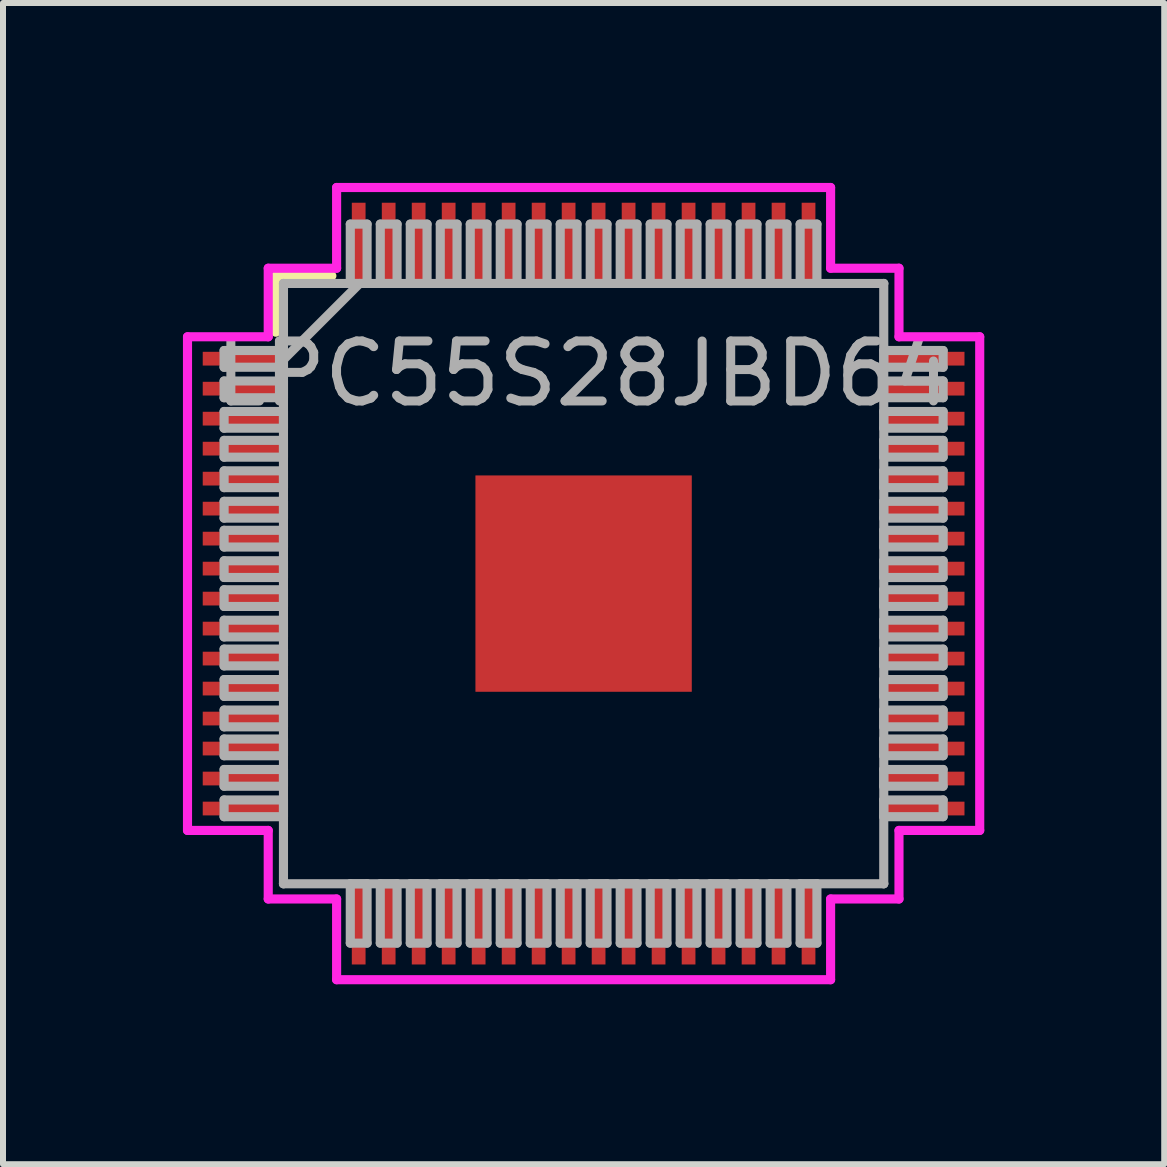
<source format=kicad_pcb>
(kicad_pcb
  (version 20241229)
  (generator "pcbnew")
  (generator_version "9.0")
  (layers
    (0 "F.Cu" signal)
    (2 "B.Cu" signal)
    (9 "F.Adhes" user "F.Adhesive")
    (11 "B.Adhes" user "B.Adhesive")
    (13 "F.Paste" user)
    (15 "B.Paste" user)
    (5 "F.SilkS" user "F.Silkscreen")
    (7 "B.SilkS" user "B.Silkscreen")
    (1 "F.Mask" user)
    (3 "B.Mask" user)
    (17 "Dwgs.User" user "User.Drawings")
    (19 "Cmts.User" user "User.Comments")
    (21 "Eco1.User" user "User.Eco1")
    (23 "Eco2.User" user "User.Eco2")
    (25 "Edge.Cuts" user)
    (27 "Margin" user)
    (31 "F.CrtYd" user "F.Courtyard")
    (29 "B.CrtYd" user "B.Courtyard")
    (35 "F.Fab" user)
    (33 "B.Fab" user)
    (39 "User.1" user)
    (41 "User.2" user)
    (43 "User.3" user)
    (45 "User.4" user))
  (footprint "LPC55S28JBD64"
    (layer "F.Cu")
    (at 6.68 6.68)
    (property "Reference" "LPC55S28JBD64" (at 0 -3.5 0) (layer "F.Fab") (effects (font (size 1 1) (thickness 0.15))))
    (attr smd)
    (fp_line (start -5.131 -5.131) (end -5.131 -4.191) (stroke (width 0.152) (type solid)) (layer "F.SilkS"))
    (fp_line (start -4.197 -5.131) (end -5.131 -5.131) (stroke (width 0.152) (type solid)) (layer "F.SilkS"))
    (fp_line (start -1.703 -1.702) (end -1.703 -0.076) (stroke (width 0.152) (type solid)) (layer "F.Paste"))
    (fp_line (start -1.703 -0.076) (end -0.1 -0.076) (stroke (width 0.152) (type solid)) (layer "F.Paste"))
    (fp_line (start -1.703 0.076) (end -1.703 1.702) (stroke (width 0.152) (type solid)) (layer "F.Paste"))
    (fp_line (start -1.703 1.702) (end -0.1 1.702) (stroke (width 0.152) (type solid)) (layer "F.Paste"))
    (fp_line (start -0.1 -1.702) (end -1.703 -1.702) (stroke (width 0.152) (type solid)) (layer "F.Paste"))
    (fp_line (start -0.1 -0.076) (end -0.1 -1.702) (stroke (width 0.152) (type solid)) (layer "F.Paste"))
    (fp_line (start -0.1 0.076) (end -1.703 0.076) (stroke (width 0.152) (type solid)) (layer "F.Paste"))
    (fp_line (start -0.1 1.702) (end -0.1 0.076) (stroke (width 0.152) (type solid)) (layer "F.Paste"))
    (fp_line (start 0.1 -1.702) (end 0.1 -0.076) (stroke (width 0.152) (type solid)) (layer "F.Paste"))
    (fp_line (start 0.1 -0.076) (end 1.703 -0.076) (stroke (width 0.152) (type solid)) (layer "F.Paste"))
    (fp_line (start 0.1 0.076) (end 0.1 1.702) (stroke (width 0.152) (type solid)) (layer "F.Paste"))
    (fp_line (start 0.1 1.702) (end 1.703 1.702) (stroke (width 0.152) (type solid)) (layer "F.Paste"))
    (fp_line (start 1.703 -1.702) (end 0.1 -1.702) (stroke (width 0.152) (type solid)) (layer "F.Paste"))
    (fp_line (start 1.703 -0.076) (end 1.703 -1.702) (stroke (width 0.152) (type solid)) (layer "F.Paste"))
    (fp_line (start 1.703 0.076) (end 0.1 0.076) (stroke (width 0.152) (type solid)) (layer "F.Paste"))
    (fp_line (start 1.703 1.702) (end 1.703 0.076) (stroke (width 0.152) (type solid)) (layer "F.Paste"))
    (fp_line (start -6.604 -4.115) (end -5.258 -4.115) (stroke (width 0.152) (type solid)) (layer "F.CrtYd"))
    (fp_line (start -6.604 4.115) (end -6.604 -4.115) (stroke (width 0.152) (type solid)) (layer "F.CrtYd"))
    (fp_line (start -5.258 -5.258) (end -4.118 -5.258) (stroke (width 0.152) (type solid)) (layer "F.CrtYd"))
    (fp_line (start -5.258 -4.115) (end -5.258 -5.258) (stroke (width 0.152) (type solid)) (layer "F.CrtYd"))
    (fp_line (start -5.258 4.115) (end -6.604 4.115) (stroke (width 0.152) (type solid)) (layer "F.CrtYd"))
    (fp_line (start -5.258 5.258) (end -5.258 4.115) (stroke (width 0.152) (type solid)) (layer "F.CrtYd"))
    (fp_line (start -4.118 -6.604) (end 4.118 -6.604) (stroke (width 0.152) (type solid)) (layer "F.CrtYd"))
    (fp_line (start -4.118 -5.258) (end -4.118 -6.604) (stroke (width 0.152) (type solid)) (layer "F.CrtYd"))
    (fp_line (start -4.118 5.258) (end -5.258 5.258) (stroke (width 0.152) (type solid)) (layer "F.CrtYd"))
    (fp_line (start -4.118 6.604) (end -4.118 5.258) (stroke (width 0.152) (type solid)) (layer "F.CrtYd"))
    (fp_line (start 4.118 -6.604) (end 4.118 -5.258) (stroke (width 0.152) (type solid)) (layer "F.CrtYd"))
    (fp_line (start 4.118 -5.258) (end 5.258 -5.258) (stroke (width 0.152) (type solid)) (layer "F.CrtYd"))
    (fp_line (start 4.118 5.258) (end 4.118 6.604) (stroke (width 0.152) (type solid)) (layer "F.CrtYd"))
    (fp_line (start 4.118 6.604) (end -4.118 6.604) (stroke (width 0.152) (type solid)) (layer "F.CrtYd"))
    (fp_line (start 5.258 -5.258) (end 5.258 -4.115) (stroke (width 0.152) (type solid)) (layer "F.CrtYd"))
    (fp_line (start 5.258 -4.115) (end 6.604 -4.115) (stroke (width 0.152) (type solid)) (layer "F.CrtYd"))
    (fp_line (start 5.258 4.115) (end 5.258 5.258) (stroke (width 0.152) (type solid)) (layer "F.CrtYd"))
    (fp_line (start 5.258 5.258) (end 4.118 5.258) (stroke (width 0.152) (type solid)) (layer "F.CrtYd"))
    (fp_line (start 6.604 -4.115) (end 6.604 4.115) (stroke (width 0.152) (type solid)) (layer "F.CrtYd"))
    (fp_line (start 6.604 4.115) (end 5.258 4.115) (stroke (width 0.152) (type solid)) (layer "F.CrtYd"))
    (fp_line (start -5.994 -3.886) (end -5.994 -3.607) (stroke (width 0.152) (type solid)) (layer "F.Fab"))
    (fp_line (start -5.994 -3.607) (end -5.004 -3.607) (stroke (width 0.152) (type solid)) (layer "F.Fab"))
    (fp_line (start -5.994 -3.378) (end -5.994 -3.099) (stroke (width 0.152) (type solid)) (layer "F.Fab"))
    (fp_line (start -5.994 -3.099) (end -5.004 -3.099) (stroke (width 0.152) (type solid)) (layer "F.Fab"))
    (fp_line (start -5.994 -2.87) (end -5.994 -2.591) (stroke (width 0.152) (type solid)) (layer "F.Fab"))
    (fp_line (start -5.994 -2.591) (end -5.004 -2.591) (stroke (width 0.152) (type solid)) (layer "F.Fab"))
    (fp_line (start -5.994 -2.388) (end -5.994 -2.108) (stroke (width 0.152) (type solid)) (layer "F.Fab"))
    (fp_line (start -5.994 -2.108) (end -5.004 -2.108) (stroke (width 0.152) (type solid)) (layer "F.Fab"))
    (fp_line (start -5.994 -1.88) (end -5.994 -1.6) (stroke (width 0.152) (type solid)) (layer "F.Fab"))
    (fp_line (start -5.994 -1.6) (end -5.004 -1.6) (stroke (width 0.152) (type solid)) (layer "F.Fab"))
    (fp_line (start -5.994 -1.372) (end -5.994 -1.092) (stroke (width 0.152) (type solid)) (layer "F.Fab"))
    (fp_line (start -5.994 -1.092) (end -5.004 -1.092) (stroke (width 0.152) (type solid)) (layer "F.Fab"))
    (fp_line (start -5.994 -0.889) (end -5.994 -0.61) (stroke (width 0.152) (type solid)) (layer "F.Fab"))
    (fp_line (start -5.994 -0.61) (end -5.004 -0.61) (stroke (width 0.152) (type solid)) (layer "F.Fab"))
    (fp_line (start -5.994 -0.381) (end -5.994 -0.102) (stroke (width 0.152) (type solid)) (layer "F.Fab"))
    (fp_line (start -5.994 -0.102) (end -5.004 -0.102) (stroke (width 0.152) (type solid)) (layer "F.Fab"))
    (fp_line (start -5.994 0.102) (end -5.994 0.381) (stroke (width 0.152) (type solid)) (layer "F.Fab"))
    (fp_line (start -5.994 0.381) (end -5.004 0.381) (stroke (width 0.152) (type solid)) (layer "F.Fab"))
    (fp_line (start -5.994 0.61) (end -5.994 0.889) (stroke (width 0.152) (type solid)) (layer "F.Fab"))
    (fp_line (start -5.994 0.889) (end -5.004 0.889) (stroke (width 0.152) (type solid)) (layer "F.Fab"))
    (fp_line (start -5.994 1.092) (end -5.994 1.372) (stroke (width 0.152) (type solid)) (layer "F.Fab"))
    (fp_line (start -5.994 1.372) (end -5.004 1.372) (stroke (width 0.152) (type solid)) (layer "F.Fab"))
    (fp_line (start -5.994 1.6) (end -5.994 1.88) (stroke (width 0.152) (type solid)) (layer "F.Fab"))
    (fp_line (start -5.994 1.88) (end -5.004 1.88) (stroke (width 0.152) (type solid)) (layer "F.Fab"))
    (fp_line (start -5.994 2.108) (end -5.994 2.388) (stroke (width 0.152) (type solid)) (layer "F.Fab"))
    (fp_line (start -5.994 2.388) (end -5.004 2.388) (stroke (width 0.152) (type solid)) (layer "F.Fab"))
    (fp_line (start -5.994 2.591) (end -5.994 2.87) (stroke (width 0.152) (type solid)) (layer "F.Fab"))
    (fp_line (start -5.994 2.87) (end -5.004 2.87) (stroke (width 0.152) (type solid)) (layer "F.Fab"))
    (fp_line (start -5.994 3.099) (end -5.994 3.378) (stroke (width 0.152) (type solid)) (layer "F.Fab"))
    (fp_line (start -5.994 3.378) (end -5.004 3.378) (stroke (width 0.152) (type solid)) (layer "F.Fab"))
    (fp_line (start -5.994 3.607) (end -5.994 3.886) (stroke (width 0.152) (type solid)) (layer "F.Fab"))
    (fp_line (start -5.994 3.886) (end -5.004 3.886) (stroke (width 0.152) (type solid)) (layer "F.Fab"))
    (fp_line (start -5.004 -5.004) (end -5.004 -5.004) (stroke (width 0.152) (type solid)) (layer "F.Fab"))
    (fp_line (start -5.004 -5.004) (end -5.004 5.004) (stroke (width 0.152) (type solid)) (layer "F.Fab"))
    (fp_line (start -5.004 -3.886) (end -5.994 -3.886) (stroke (width 0.152) (type solid)) (layer "F.Fab"))
    (fp_line (start -5.004 -3.734) (end -3.734 -5.004) (stroke (width 0.152) (type solid)) (layer "F.Fab"))
    (fp_line (start -5.004 -3.607) (end -5.004 -3.886) (stroke (width 0.152) (type solid)) (layer "F.Fab"))
    (fp_line (start -5.004 -3.378) (end -5.994 -3.378) (stroke (width 0.152) (type solid)) (layer "F.Fab"))
    (fp_line (start -5.004 -3.099) (end -5.004 -3.378) (stroke (width 0.152) (type solid)) (layer "F.Fab"))
    (fp_line (start -5.004 -2.87) (end -5.994 -2.87) (stroke (width 0.152) (type solid)) (layer "F.Fab"))
    (fp_line (start -5.004 -2.591) (end -5.004 -2.87) (stroke (width 0.152) (type solid)) (layer "F.Fab"))
    (fp_line (start -5.004 -2.388) (end -5.994 -2.388) (stroke (width 0.152) (type solid)) (layer "F.Fab"))
    (fp_line (start -5.004 -2.108) (end -5.004 -2.388) (stroke (width 0.152) (type solid)) (layer "F.Fab"))
    (fp_line (start -5.004 -1.88) (end -5.994 -1.88) (stroke (width 0.152) (type solid)) (layer "F.Fab"))
    (fp_line (start -5.004 -1.6) (end -5.004 -1.88) (stroke (width 0.152) (type solid)) (layer "F.Fab"))
    (fp_line (start -5.004 -1.372) (end -5.994 -1.372) (stroke (width 0.152) (type solid)) (layer "F.Fab"))
    (fp_line (start -5.004 -1.092) (end -5.004 -1.372) (stroke (width 0.152) (type solid)) (layer "F.Fab"))
    (fp_line (start -5.004 -0.889) (end -5.994 -0.889) (stroke (width 0.152) (type solid)) (layer "F.Fab"))
    (fp_line (start -5.004 -0.61) (end -5.004 -0.889) (stroke (width 0.152) (type solid)) (layer "F.Fab"))
    (fp_line (start -5.004 -0.381) (end -5.994 -0.381) (stroke (width 0.152) (type solid)) (layer "F.Fab"))
    (fp_line (start -5.004 -0.102) (end -5.004 -0.381) (stroke (width 0.152) (type solid)) (layer "F.Fab"))
    (fp_line (start -5.004 0.102) (end -5.994 0.102) (stroke (width 0.152) (type solid)) (layer "F.Fab"))
    (fp_line (start -5.004 0.381) (end -5.004 0.102) (stroke (width 0.152) (type solid)) (layer "F.Fab"))
    (fp_line (start -5.004 0.61) (end -5.994 0.61) (stroke (width 0.152) (type solid)) (layer "F.Fab"))
    (fp_line (start -5.004 0.889) (end -5.004 0.61) (stroke (width 0.152) (type solid)) (layer "F.Fab"))
    (fp_line (start -5.004 1.092) (end -5.994 1.092) (stroke (width 0.152) (type solid)) (layer "F.Fab"))
    (fp_line (start -5.004 1.372) (end -5.004 1.092) (stroke (width 0.152) (type solid)) (layer "F.Fab"))
    (fp_line (start -5.004 1.6) (end -5.994 1.6) (stroke (width 0.152) (type solid)) (layer "F.Fab"))
    (fp_line (start -5.004 1.88) (end -5.004 1.6) (stroke (width 0.152) (type solid)) (layer "F.Fab"))
    (fp_line (start -5.004 2.108) (end -5.994 2.108) (stroke (width 0.152) (type solid)) (layer "F.Fab"))
    (fp_line (start -5.004 2.388) (end -5.004 2.108) (stroke (width 0.152) (type solid)) (layer "F.Fab"))
    (fp_line (start -5.004 2.591) (end -5.994 2.591) (stroke (width 0.152) (type solid)) (layer "F.Fab"))
    (fp_line (start -5.004 2.87) (end -5.004 2.591) (stroke (width 0.152) (type solid)) (layer "F.Fab"))
    (fp_line (start -5.004 3.099) (end -5.994 3.099) (stroke (width 0.152) (type solid)) (layer "F.Fab"))
    (fp_line (start -5.004 3.378) (end -5.004 3.099) (stroke (width 0.152) (type solid)) (layer "F.Fab"))
    (fp_line (start -5.004 3.607) (end -5.994 3.607) (stroke (width 0.152) (type solid)) (layer "F.Fab"))
    (fp_line (start -5.004 3.886) (end -5.004 3.607) (stroke (width 0.152) (type solid)) (layer "F.Fab"))
    (fp_line (start -5.004 5.004) (end -5.004 5.004) (stroke (width 0.152) (type solid)) (layer "F.Fab"))
    (fp_line (start -5.004 5.004) (end 5.004 5.004) (stroke (width 0.152) (type solid)) (layer "F.Fab"))
    (fp_line (start -3.89 -5.994) (end -3.89 -5.004) (stroke (width 0.152) (type solid)) (layer "F.Fab"))
    (fp_line (start -3.89 -5.004) (end -3.61 -5.004) (stroke (width 0.152) (type solid)) (layer "F.Fab"))
    (fp_line (start -3.89 5.004) (end -3.89 5.994) (stroke (width 0.152) (type solid)) (layer "F.Fab"))
    (fp_line (start -3.89 5.994) (end -3.61 5.994) (stroke (width 0.152) (type solid)) (layer "F.Fab"))
    (fp_line (start -3.61 -5.994) (end -3.89 -5.994) (stroke (width 0.152) (type solid)) (layer "F.Fab"))
    (fp_line (start -3.61 -5.004) (end -3.61 -5.994) (stroke (width 0.152) (type solid)) (layer "F.Fab"))
    (fp_line (start -3.61 5.004) (end -3.89 5.004) (stroke (width 0.152) (type solid)) (layer "F.Fab"))
    (fp_line (start -3.61 5.994) (end -3.61 5.004) (stroke (width 0.152) (type solid)) (layer "F.Fab"))
    (fp_line (start -3.39 -5.994) (end -3.39 -5.004) (stroke (width 0.152) (type solid)) (layer "F.Fab"))
    (fp_line (start -3.39 -5.004) (end -3.11 -5.004) (stroke (width 0.152) (type solid)) (layer "F.Fab"))
    (fp_line (start -3.39 5.004) (end -3.39 5.994) (stroke (width 0.152) (type solid)) (layer "F.Fab"))
    (fp_line (start -3.39 5.994) (end -3.11 5.994) (stroke (width 0.152) (type solid)) (layer "F.Fab"))
    (fp_line (start -3.11 -5.994) (end -3.39 -5.994) (stroke (width 0.152) (type solid)) (layer "F.Fab"))
    (fp_line (start -3.11 -5.004) (end -3.11 -5.994) (stroke (width 0.152) (type solid)) (layer "F.Fab"))
    (fp_line (start -3.11 5.004) (end -3.39 5.004) (stroke (width 0.152) (type solid)) (layer "F.Fab"))
    (fp_line (start -3.11 5.994) (end -3.11 5.004) (stroke (width 0.152) (type solid)) (layer "F.Fab"))
    (fp_line (start -2.89 -5.994) (end -2.89 -5.004) (stroke (width 0.152) (type solid)) (layer "F.Fab"))
    (fp_line (start -2.89 -5.004) (end -2.61 -5.004) (stroke (width 0.152) (type solid)) (layer "F.Fab"))
    (fp_line (start -2.89 5.004) (end -2.89 5.994) (stroke (width 0.152) (type solid)) (layer "F.Fab"))
    (fp_line (start -2.89 5.994) (end -2.61 5.994) (stroke (width 0.152) (type solid)) (layer "F.Fab"))
    (fp_line (start -2.61 -5.994) (end -2.89 -5.994) (stroke (width 0.152) (type solid)) (layer "F.Fab"))
    (fp_line (start -2.61 -5.004) (end -2.61 -5.994) (stroke (width 0.152) (type solid)) (layer "F.Fab"))
    (fp_line (start -2.61 5.004) (end -2.89 5.004) (stroke (width 0.152) (type solid)) (layer "F.Fab"))
    (fp_line (start -2.61 5.994) (end -2.61 5.004) (stroke (width 0.152) (type solid)) (layer "F.Fab"))
    (fp_line (start -2.39 -5.994) (end -2.39 -5.004) (stroke (width 0.152) (type solid)) (layer "F.Fab"))
    (fp_line (start -2.39 -5.004) (end -2.11 -5.004) (stroke (width 0.152) (type solid)) (layer "F.Fab"))
    (fp_line (start -2.39 5.004) (end -2.39 5.994) (stroke (width 0.152) (type solid)) (layer "F.Fab"))
    (fp_line (start -2.39 5.994) (end -2.11 5.994) (stroke (width 0.152) (type solid)) (layer "F.Fab"))
    (fp_line (start -2.11 -5.994) (end -2.39 -5.994) (stroke (width 0.152) (type solid)) (layer "F.Fab"))
    (fp_line (start -2.11 -5.004) (end -2.11 -5.994) (stroke (width 0.152) (type solid)) (layer "F.Fab"))
    (fp_line (start -2.11 5.004) (end -2.39 5.004) (stroke (width 0.152) (type solid)) (layer "F.Fab"))
    (fp_line (start -2.11 5.994) (end -2.11 5.004) (stroke (width 0.152) (type solid)) (layer "F.Fab"))
    (fp_line (start -1.89 -5.994) (end -1.89 -5.004) (stroke (width 0.152) (type solid)) (layer "F.Fab"))
    (fp_line (start -1.89 -5.004) (end -1.61 -5.004) (stroke (width 0.152) (type solid)) (layer "F.Fab"))
    (fp_line (start -1.89 5.004) (end -1.89 5.994) (stroke (width 0.152) (type solid)) (layer "F.Fab"))
    (fp_line (start -1.89 5.994) (end -1.61 5.994) (stroke (width 0.152) (type solid)) (layer "F.Fab"))
    (fp_line (start -1.61 -5.994) (end -1.89 -5.994) (stroke (width 0.152) (type solid)) (layer "F.Fab"))
    (fp_line (start -1.61 -5.004) (end -1.61 -5.994) (stroke (width 0.152) (type solid)) (layer "F.Fab"))
    (fp_line (start -1.61 5.004) (end -1.89 5.004) (stroke (width 0.152) (type solid)) (layer "F.Fab"))
    (fp_line (start -1.61 5.994) (end -1.61 5.004) (stroke (width 0.152) (type solid)) (layer "F.Fab"))
    (fp_line (start -1.39 -5.994) (end -1.39 -5.004) (stroke (width 0.152) (type solid)) (layer "F.Fab"))
    (fp_line (start -1.39 -5.004) (end -1.11 -5.004) (stroke (width 0.152) (type solid)) (layer "F.Fab"))
    (fp_line (start -1.39 5.004) (end -1.39 5.994) (stroke (width 0.152) (type solid)) (layer "F.Fab"))
    (fp_line (start -1.39 5.994) (end -1.11 5.994) (stroke (width 0.152) (type solid)) (layer "F.Fab"))
    (fp_line (start -1.11 -5.994) (end -1.39 -5.994) (stroke (width 0.152) (type solid)) (layer "F.Fab"))
    (fp_line (start -1.11 -5.004) (end -1.11 -5.994) (stroke (width 0.152) (type solid)) (layer "F.Fab"))
    (fp_line (start -1.11 5.004) (end -1.39 5.004) (stroke (width 0.152) (type solid)) (layer "F.Fab"))
    (fp_line (start -1.11 5.994) (end -1.11 5.004) (stroke (width 0.152) (type solid)) (layer "F.Fab"))
    (fp_line (start -0.89 -5.994) (end -0.89 -5.004) (stroke (width 0.152) (type solid)) (layer "F.Fab"))
    (fp_line (start -0.89 -5.004) (end -0.61 -5.004) (stroke (width 0.152) (type solid)) (layer "F.Fab"))
    (fp_line (start -0.89 5.004) (end -0.89 5.994) (stroke (width 0.152) (type solid)) (layer "F.Fab"))
    (fp_line (start -0.89 5.994) (end -0.61 5.994) (stroke (width 0.152) (type solid)) (layer "F.Fab"))
    (fp_line (start -0.61 -5.994) (end -0.89 -5.994) (stroke (width 0.152) (type solid)) (layer "F.Fab"))
    (fp_line (start -0.61 -5.004) (end -0.61 -5.994) (stroke (width 0.152) (type solid)) (layer "F.Fab"))
    (fp_line (start -0.61 5.004) (end -0.89 5.004) (stroke (width 0.152) (type solid)) (layer "F.Fab"))
    (fp_line (start -0.61 5.994) (end -0.61 5.004) (stroke (width 0.152) (type solid)) (layer "F.Fab"))
    (fp_line (start -0.39 -5.994) (end -0.39 -5.004) (stroke (width 0.152) (type solid)) (layer "F.Fab"))
    (fp_line (start -0.39 -5.004) (end -0.11 -5.004) (stroke (width 0.152) (type solid)) (layer "F.Fab"))
    (fp_line (start -0.39 5.004) (end -0.39 5.994) (stroke (width 0.152) (type solid)) (layer "F.Fab"))
    (fp_line (start -0.39 5.994) (end -0.11 5.994) (stroke (width 0.152) (type solid)) (layer "F.Fab"))
    (fp_line (start -0.11 -5.994) (end -0.39 -5.994) (stroke (width 0.152) (type solid)) (layer "F.Fab"))
    (fp_line (start -0.11 -5.004) (end -0.11 -5.994) (stroke (width 0.152) (type solid)) (layer "F.Fab"))
    (fp_line (start -0.11 5.004) (end -0.39 5.004) (stroke (width 0.152) (type solid)) (layer "F.Fab"))
    (fp_line (start -0.11 5.994) (end -0.11 5.004) (stroke (width 0.152) (type solid)) (layer "F.Fab"))
    (fp_line (start 0.11 -5.994) (end 0.11 -5.004) (stroke (width 0.152) (type solid)) (layer "F.Fab"))
    (fp_line (start 0.11 -5.004) (end 0.39 -5.004) (stroke (width 0.152) (type solid)) (layer "F.Fab"))
    (fp_line (start 0.11 5.004) (end 0.11 5.994) (stroke (width 0.152) (type solid)) (layer "F.Fab"))
    (fp_line (start 0.11 5.994) (end 0.39 5.994) (stroke (width 0.152) (type solid)) (layer "F.Fab"))
    (fp_line (start 0.39 -5.994) (end 0.11 -5.994) (stroke (width 0.152) (type solid)) (layer "F.Fab"))
    (fp_line (start 0.39 -5.004) (end 0.39 -5.994) (stroke (width 0.152) (type solid)) (layer "F.Fab"))
    (fp_line (start 0.39 5.004) (end 0.11 5.004) (stroke (width 0.152) (type solid)) (layer "F.Fab"))
    (fp_line (start 0.39 5.994) (end 0.39 5.004) (stroke (width 0.152) (type solid)) (layer "F.Fab"))
    (fp_line (start 0.61 -5.994) (end 0.61 -5.004) (stroke (width 0.152) (type solid)) (layer "F.Fab"))
    (fp_line (start 0.61 -5.004) (end 0.89 -5.004) (stroke (width 0.152) (type solid)) (layer "F.Fab"))
    (fp_line (start 0.61 5.004) (end 0.61 5.994) (stroke (width 0.152) (type solid)) (layer "F.Fab"))
    (fp_line (start 0.61 5.994) (end 0.89 5.994) (stroke (width 0.152) (type solid)) (layer "F.Fab"))
    (fp_line (start 0.89 -5.994) (end 0.61 -5.994) (stroke (width 0.152) (type solid)) (layer "F.Fab"))
    (fp_line (start 0.89 -5.004) (end 0.89 -5.994) (stroke (width 0.152) (type solid)) (layer "F.Fab"))
    (fp_line (start 0.89 5.004) (end 0.61 5.004) (stroke (width 0.152) (type solid)) (layer "F.Fab"))
    (fp_line (start 0.89 5.994) (end 0.89 5.004) (stroke (width 0.152) (type solid)) (layer "F.Fab"))
    (fp_line (start 1.11 -5.994) (end 1.11 -5.004) (stroke (width 0.152) (type solid)) (layer "F.Fab"))
    (fp_line (start 1.11 -5.004) (end 1.39 -5.004) (stroke (width 0.152) (type solid)) (layer "F.Fab"))
    (fp_line (start 1.11 5.004) (end 1.11 5.994) (stroke (width 0.152) (type solid)) (layer "F.Fab"))
    (fp_line (start 1.11 5.994) (end 1.39 5.994) (stroke (width 0.152) (type solid)) (layer "F.Fab"))
    (fp_line (start 1.39 -5.994) (end 1.11 -5.994) (stroke (width 0.152) (type solid)) (layer "F.Fab"))
    (fp_line (start 1.39 -5.004) (end 1.39 -5.994) (stroke (width 0.152) (type solid)) (layer "F.Fab"))
    (fp_line (start 1.39 5.004) (end 1.11 5.004) (stroke (width 0.152) (type solid)) (layer "F.Fab"))
    (fp_line (start 1.39 5.994) (end 1.39 5.004) (stroke (width 0.152) (type solid)) (layer "F.Fab"))
    (fp_line (start 1.61 -5.994) (end 1.61 -5.004) (stroke (width 0.152) (type solid)) (layer "F.Fab"))
    (fp_line (start 1.61 -5.004) (end 1.89 -5.004) (stroke (width 0.152) (type solid)) (layer "F.Fab"))
    (fp_line (start 1.61 5.004) (end 1.61 5.994) (stroke (width 0.152) (type solid)) (layer "F.Fab"))
    (fp_line (start 1.61 5.994) (end 1.89 5.994) (stroke (width 0.152) (type solid)) (layer "F.Fab"))
    (fp_line (start 1.89 -5.994) (end 1.61 -5.994) (stroke (width 0.152) (type solid)) (layer "F.Fab"))
    (fp_line (start 1.89 -5.004) (end 1.89 -5.994) (stroke (width 0.152) (type solid)) (layer "F.Fab"))
    (fp_line (start 1.89 5.004) (end 1.61 5.004) (stroke (width 0.152) (type solid)) (layer "F.Fab"))
    (fp_line (start 1.89 5.994) (end 1.89 5.004) (stroke (width 0.152) (type solid)) (layer "F.Fab"))
    (fp_line (start 2.11 -5.994) (end 2.11 -5.004) (stroke (width 0.152) (type solid)) (layer "F.Fab"))
    (fp_line (start 2.11 -5.004) (end 2.39 -5.004) (stroke (width 0.152) (type solid)) (layer "F.Fab"))
    (fp_line (start 2.11 5.004) (end 2.11 5.994) (stroke (width 0.152) (type solid)) (layer "F.Fab"))
    (fp_line (start 2.11 5.994) (end 2.39 5.994) (stroke (width 0.152) (type solid)) (layer "F.Fab"))
    (fp_line (start 2.39 -5.994) (end 2.11 -5.994) (stroke (width 0.152) (type solid)) (layer "F.Fab"))
    (fp_line (start 2.39 -5.004) (end 2.39 -5.994) (stroke (width 0.152) (type solid)) (layer "F.Fab"))
    (fp_line (start 2.39 5.004) (end 2.11 5.004) (stroke (width 0.152) (type solid)) (layer "F.Fab"))
    (fp_line (start 2.39 5.994) (end 2.39 5.004) (stroke (width 0.152) (type solid)) (layer "F.Fab"))
    (fp_line (start 2.61 -5.994) (end 2.61 -5.004) (stroke (width 0.152) (type solid)) (layer "F.Fab"))
    (fp_line (start 2.61 -5.004) (end 2.89 -5.004) (stroke (width 0.152) (type solid)) (layer "F.Fab"))
    (fp_line (start 2.61 5.004) (end 2.61 5.994) (stroke (width 0.152) (type solid)) (layer "F.Fab"))
    (fp_line (start 2.61 5.994) (end 2.89 5.994) (stroke (width 0.152) (type solid)) (layer "F.Fab"))
    (fp_line (start 2.89 -5.994) (end 2.61 -5.994) (stroke (width 0.152) (type solid)) (layer "F.Fab"))
    (fp_line (start 2.89 -5.004) (end 2.89 -5.994) (stroke (width 0.152) (type solid)) (layer "F.Fab"))
    (fp_line (start 2.89 5.004) (end 2.61 5.004) (stroke (width 0.152) (type solid)) (layer "F.Fab"))
    (fp_line (start 2.89 5.994) (end 2.89 5.004) (stroke (width 0.152) (type solid)) (layer "F.Fab"))
    (fp_line (start 3.11 -5.994) (end 3.11 -5.004) (stroke (width 0.152) (type solid)) (layer "F.Fab"))
    (fp_line (start 3.11 -5.004) (end 3.39 -5.004) (stroke (width 0.152) (type solid)) (layer "F.Fab"))
    (fp_line (start 3.11 5.004) (end 3.11 5.994) (stroke (width 0.152) (type solid)) (layer "F.Fab"))
    (fp_line (start 3.11 5.994) (end 3.39 5.994) (stroke (width 0.152) (type solid)) (layer "F.Fab"))
    (fp_line (start 3.39 -5.994) (end 3.11 -5.994) (stroke (width 0.152) (type solid)) (layer "F.Fab"))
    (fp_line (start 3.39 -5.004) (end 3.39 -5.994) (stroke (width 0.152) (type solid)) (layer "F.Fab"))
    (fp_line (start 3.39 5.004) (end 3.11 5.004) (stroke (width 0.152) (type solid)) (layer "F.Fab"))
    (fp_line (start 3.39 5.994) (end 3.39 5.004) (stroke (width 0.152) (type solid)) (layer "F.Fab"))
    (fp_line (start 3.61 -5.994) (end 3.61 -5.004) (stroke (width 0.152) (type solid)) (layer "F.Fab"))
    (fp_line (start 3.61 -5.004) (end 3.89 -5.004) (stroke (width 0.152) (type solid)) (layer "F.Fab"))
    (fp_line (start 3.61 5.004) (end 3.61 5.994) (stroke (width 0.152) (type solid)) (layer "F.Fab"))
    (fp_line (start 3.61 5.994) (end 3.89 5.994) (stroke (width 0.152) (type solid)) (layer "F.Fab"))
    (fp_line (start 3.89 -5.994) (end 3.61 -5.994) (stroke (width 0.152) (type solid)) (layer "F.Fab"))
    (fp_line (start 3.89 -5.004) (end 3.89 -5.994) (stroke (width 0.152) (type solid)) (layer "F.Fab"))
    (fp_line (start 3.89 5.004) (end 3.61 5.004) (stroke (width 0.152) (type solid)) (layer "F.Fab"))
    (fp_line (start 3.89 5.994) (end 3.89 5.004) (stroke (width 0.152) (type solid)) (layer "F.Fab"))
    (fp_line (start 5.004 -5.004) (end -5.004 -5.004) (stroke (width 0.152) (type solid)) (layer "F.Fab"))
    (fp_line (start 5.004 -5.004) (end 5.004 -5.004) (stroke (width 0.152) (type solid)) (layer "F.Fab"))
    (fp_line (start 5.004 -3.886) (end 5.004 -3.607) (stroke (width 0.152) (type solid)) (layer "F.Fab"))
    (fp_line (start 5.004 -3.607) (end 5.994 -3.607) (stroke (width 0.152) (type solid)) (layer "F.Fab"))
    (fp_line (start 5.004 -3.378) (end 5.004 -3.099) (stroke (width 0.152) (type solid)) (layer "F.Fab"))
    (fp_line (start 5.004 -3.099) (end 5.994 -3.099) (stroke (width 0.152) (type solid)) (layer "F.Fab"))
    (fp_line (start 5.004 -2.87) (end 5.004 -2.591) (stroke (width 0.152) (type solid)) (layer "F.Fab"))
    (fp_line (start 5.004 -2.591) (end 5.994 -2.591) (stroke (width 0.152) (type solid)) (layer "F.Fab"))
    (fp_line (start 5.004 -2.388) (end 5.004 -2.108) (stroke (width 0.152) (type solid)) (layer "F.Fab"))
    (fp_line (start 5.004 -2.108) (end 5.994 -2.108) (stroke (width 0.152) (type solid)) (layer "F.Fab"))
    (fp_line (start 5.004 -1.88) (end 5.004 -1.6) (stroke (width 0.152) (type solid)) (layer "F.Fab"))
    (fp_line (start 5.004 -1.6) (end 5.994 -1.6) (stroke (width 0.152) (type solid)) (layer "F.Fab"))
    (fp_line (start 5.004 -1.372) (end 5.004 -1.092) (stroke (width 0.152) (type solid)) (layer "F.Fab"))
    (fp_line (start 5.004 -1.092) (end 5.994 -1.092) (stroke (width 0.152) (type solid)) (layer "F.Fab"))
    (fp_line (start 5.004 -0.889) (end 5.004 -0.61) (stroke (width 0.152) (type solid)) (layer "F.Fab"))
    (fp_line (start 5.004 -0.61) (end 5.994 -0.61) (stroke (width 0.152) (type solid)) (layer "F.Fab"))
    (fp_line (start 5.004 -0.381) (end 5.004 -0.102) (stroke (width 0.152) (type solid)) (layer "F.Fab"))
    (fp_line (start 5.004 -0.102) (end 5.994 -0.102) (stroke (width 0.152) (type solid)) (layer "F.Fab"))
    (fp_line (start 5.004 0.102) (end 5.004 0.381) (stroke (width 0.152) (type solid)) (layer "F.Fab"))
    (fp_line (start 5.004 0.381) (end 5.994 0.381) (stroke (width 0.152) (type solid)) (layer "F.Fab"))
    (fp_line (start 5.004 0.61) (end 5.004 0.889) (stroke (width 0.152) (type solid)) (layer "F.Fab"))
    (fp_line (start 5.004 0.889) (end 5.994 0.889) (stroke (width 0.152) (type solid)) (layer "F.Fab"))
    (fp_line (start 5.004 1.092) (end 5.004 1.372) (stroke (width 0.152) (type solid)) (layer "F.Fab"))
    (fp_line (start 5.004 1.372) (end 5.994 1.372) (stroke (width 0.152) (type solid)) (layer "F.Fab"))
    (fp_line (start 5.004 1.6) (end 5.004 1.88) (stroke (width 0.152) (type solid)) (layer "F.Fab"))
    (fp_line (start 5.004 1.88) (end 5.994 1.88) (stroke (width 0.152) (type solid)) (layer "F.Fab"))
    (fp_line (start 5.004 2.108) (end 5.004 2.388) (stroke (width 0.152) (type solid)) (layer "F.Fab"))
    (fp_line (start 5.004 2.388) (end 5.994 2.388) (stroke (width 0.152) (type solid)) (layer "F.Fab"))
    (fp_line (start 5.004 2.591) (end 5.004 2.87) (stroke (width 0.152) (type solid)) (layer "F.Fab"))
    (fp_line (start 5.004 2.87) (end 5.994 2.87) (stroke (width 0.152) (type solid)) (layer "F.Fab"))
    (fp_line (start 5.004 3.099) (end 5.004 3.378) (stroke (width 0.152) (type solid)) (layer "F.Fab"))
    (fp_line (start 5.004 3.378) (end 5.994 3.378) (stroke (width 0.152) (type solid)) (layer "F.Fab"))
    (fp_line (start 5.004 3.607) (end 5.004 3.886) (stroke (width 0.152) (type solid)) (layer "F.Fab"))
    (fp_line (start 5.004 3.886) (end 5.994 3.886) (stroke (width 0.152) (type solid)) (layer "F.Fab"))
    (fp_line (start 5.004 5.004) (end 5.004 -5.004) (stroke (width 0.152) (type solid)) (layer "F.Fab"))
    (fp_line (start 5.004 5.004) (end 5.004 5.004) (stroke (width 0.152) (type solid)) (layer "F.Fab"))
    (fp_line (start 5.994 -3.886) (end 5.004 -3.886) (stroke (width 0.152) (type solid)) (layer "F.Fab"))
    (fp_line (start 5.994 -3.607) (end 5.994 -3.886) (stroke (width 0.152) (type solid)) (layer "F.Fab"))
    (fp_line (start 5.994 -3.378) (end 5.004 -3.378) (stroke (width 0.152) (type solid)) (layer "F.Fab"))
    (fp_line (start 5.994 -3.099) (end 5.994 -3.378) (stroke (width 0.152) (type solid)) (layer "F.Fab"))
    (fp_line (start 5.994 -2.87) (end 5.004 -2.87) (stroke (width 0.152) (type solid)) (layer "F.Fab"))
    (fp_line (start 5.994 -2.591) (end 5.994 -2.87) (stroke (width 0.152) (type solid)) (layer "F.Fab"))
    (fp_line (start 5.994 -2.388) (end 5.004 -2.388) (stroke (width 0.152) (type solid)) (layer "F.Fab"))
    (fp_line (start 5.994 -2.108) (end 5.994 -2.388) (stroke (width 0.152) (type solid)) (layer "F.Fab"))
    (fp_line (start 5.994 -1.88) (end 5.004 -1.88) (stroke (width 0.152) (type solid)) (layer "F.Fab"))
    (fp_line (start 5.994 -1.6) (end 5.994 -1.88) (stroke (width 0.152) (type solid)) (layer "F.Fab"))
    (fp_line (start 5.994 -1.372) (end 5.004 -1.372) (stroke (width 0.152) (type solid)) (layer "F.Fab"))
    (fp_line (start 5.994 -1.092) (end 5.994 -1.372) (stroke (width 0.152) (type solid)) (layer "F.Fab"))
    (fp_line (start 5.994 -0.889) (end 5.004 -0.889) (stroke (width 0.152) (type solid)) (layer "F.Fab"))
    (fp_line (start 5.994 -0.61) (end 5.994 -0.889) (stroke (width 0.152) (type solid)) (layer "F.Fab"))
    (fp_line (start 5.994 -0.381) (end 5.004 -0.381) (stroke (width 0.152) (type solid)) (layer "F.Fab"))
    (fp_line (start 5.994 -0.102) (end 5.994 -0.381) (stroke (width 0.152) (type solid)) (layer "F.Fab"))
    (fp_line (start 5.994 0.102) (end 5.004 0.102) (stroke (width 0.152) (type solid)) (layer "F.Fab"))
    (fp_line (start 5.994 0.381) (end 5.994 0.102) (stroke (width 0.152) (type solid)) (layer "F.Fab"))
    (fp_line (start 5.994 0.61) (end 5.004 0.61) (stroke (width 0.152) (type solid)) (layer "F.Fab"))
    (fp_line (start 5.994 0.889) (end 5.994 0.61) (stroke (width 0.152) (type solid)) (layer "F.Fab"))
    (fp_line (start 5.994 1.092) (end 5.004 1.092) (stroke (width 0.152) (type solid)) (layer "F.Fab"))
    (fp_line (start 5.994 1.372) (end 5.994 1.092) (stroke (width 0.152) (type solid)) (layer "F.Fab"))
    (fp_line (start 5.994 1.6) (end 5.004 1.6) (stroke (width 0.152) (type solid)) (layer "F.Fab"))
    (fp_line (start 5.994 1.88) (end 5.994 1.6) (stroke (width 0.152) (type solid)) (layer "F.Fab"))
    (fp_line (start 5.994 2.108) (end 5.004 2.108) (stroke (width 0.152) (type solid)) (layer "F.Fab"))
    (fp_line (start 5.994 2.388) (end 5.994 2.108) (stroke (width 0.152) (type solid)) (layer "F.Fab"))
    (fp_line (start 5.994 2.591) (end 5.004 2.591) (stroke (width 0.152) (type solid)) (layer "F.Fab"))
    (fp_line (start 5.994 2.87) (end 5.994 2.591) (stroke (width 0.152) (type solid)) (layer "F.Fab"))
    (fp_line (start 5.994 3.099) (end 5.004 3.099) (stroke (width 0.152) (type solid)) (layer "F.Fab"))
    (fp_line (start 5.994 3.378) (end 5.994 3.099) (stroke (width 0.152) (type solid)) (layer "F.Fab"))
    (fp_line (start 5.994 3.607) (end 5.004 3.607) (stroke (width 0.152) (type solid)) (layer "F.Fab"))
    (fp_line (start 5.994 3.886) (end 5.994 3.607) (stroke (width 0.152) (type solid)) (layer "F.Fab"))
    (pad "1" smd rect (at -5.677 -3.75 90) (size 0.229 1.346) (layers "F.Cu" "F.Mask" "F.Paste"))
    (pad "2" smd rect (at -5.677 -3.25 90) (size 0.229 1.346) (layers "F.Cu" "F.Mask" "F.Paste"))
    (pad "3" smd rect (at -5.677 -2.75 90) (size 0.229 1.346) (layers "F.Cu" "F.Mask" "F.Paste"))
    (pad "4" smd rect (at -5.677 -2.25 90) (size 0.229 1.346) (layers "F.Cu" "F.Mask" "F.Paste"))
    (pad "5" smd rect (at -5.677 -1.75 90) (size 0.229 1.346) (layers "F.Cu" "F.Mask" "F.Paste"))
    (pad "6" smd rect (at -5.677 -1.25 90) (size 0.229 1.346) (layers "F.Cu" "F.Mask" "F.Paste"))
    (pad "7" smd rect (at -5.677 -0.75 90) (size 0.229 1.346) (layers "F.Cu" "F.Mask" "F.Paste"))
    (pad "8" smd rect (at -5.677 -0.25 90) (size 0.229 1.346) (layers "F.Cu" "F.Mask" "F.Paste"))
    (pad "9" smd rect (at -5.677 0.25 90) (size 0.229 1.346) (layers "F.Cu" "F.Mask" "F.Paste"))
    (pad "10" smd rect (at -5.677 0.75 90) (size 0.229 1.346) (layers "F.Cu" "F.Mask" "F.Paste"))
    (pad "11" smd rect (at -5.677 1.25 90) (size 0.229 1.346) (layers "F.Cu" "F.Mask" "F.Paste"))
    (pad "12" smd rect (at -5.677 1.75 90) (size 0.229 1.346) (layers "F.Cu" "F.Mask" "F.Paste"))
    (pad "13" smd rect (at -5.677 2.25 90) (size 0.229 1.346) (layers "F.Cu" "F.Mask" "F.Paste"))
    (pad "14" smd rect (at -5.677 2.75 90) (size 0.229 1.346) (layers "F.Cu" "F.Mask" "F.Paste"))
    (pad "15" smd rect (at -5.677 3.25 90) (size 0.229 1.346) (layers "F.Cu" "F.Mask" "F.Paste"))
    (pad "16" smd rect (at -5.677 3.75 90) (size 0.229 1.346) (layers "F.Cu" "F.Mask" "F.Paste"))
    (pad "17" smd rect (at -3.75 5.677) (size 0.229 1.346) (layers "F.Cu" "F.Mask" "F.Paste"))
    (pad "18" smd rect (at -3.25 5.677) (size 0.229 1.346) (layers "F.Cu" "F.Mask" "F.Paste"))
    (pad "19" smd rect (at -2.75 5.677) (size 0.229 1.346) (layers "F.Cu" "F.Mask" "F.Paste"))
    (pad "20" smd rect (at -2.25 5.677) (size 0.229 1.346) (layers "F.Cu" "F.Mask" "F.Paste"))
    (pad "21" smd rect (at -1.75 5.677) (size 0.229 1.346) (layers "F.Cu" "F.Mask" "F.Paste"))
    (pad "22" smd rect (at -1.25 5.677) (size 0.229 1.346) (layers "F.Cu" "F.Mask" "F.Paste"))
    (pad "23" smd rect (at -0.75 5.677) (size 0.229 1.346) (layers "F.Cu" "F.Mask" "F.Paste"))
    (pad "24" smd rect (at -0.25 5.677) (size 0.229 1.346) (layers "F.Cu" "F.Mask" "F.Paste"))
    (pad "25" smd rect (at 0.25 5.677) (size 0.229 1.346) (layers "F.Cu" "F.Mask" "F.Paste"))
    (pad "26" smd rect (at 0.75 5.677) (size 0.229 1.346) (layers "F.Cu" "F.Mask" "F.Paste"))
    (pad "27" smd rect (at 1.25 5.677) (size 0.229 1.346) (layers "F.Cu" "F.Mask" "F.Paste"))
    (pad "28" smd rect (at 1.75 5.677) (size 0.229 1.346) (layers "F.Cu" "F.Mask" "F.Paste"))
    (pad "29" smd rect (at 2.25 5.677) (size 0.229 1.346) (layers "F.Cu" "F.Mask" "F.Paste"))
    (pad "30" smd rect (at 2.75 5.677) (size 0.229 1.346) (layers "F.Cu" "F.Mask" "F.Paste"))
    (pad "31" smd rect (at 3.25 5.677) (size 0.229 1.346) (layers "F.Cu" "F.Mask" "F.Paste"))
    (pad "32" smd rect (at 3.75 5.677) (size 0.229 1.346) (layers "F.Cu" "F.Mask" "F.Paste"))
    (pad "33" smd rect (at 5.677 3.75 90) (size 0.229 1.346) (layers "F.Cu" "F.Mask" "F.Paste"))
    (pad "34" smd rect (at 5.677 3.25 90) (size 0.229 1.346) (layers "F.Cu" "F.Mask" "F.Paste"))
    (pad "35" smd rect (at 5.677 2.75 90) (size 0.229 1.346) (layers "F.Cu" "F.Mask" "F.Paste"))
    (pad "36" smd rect (at 5.677 2.25 90) (size 0.229 1.346) (layers "F.Cu" "F.Mask" "F.Paste"))
    (pad "37" smd rect (at 5.677 1.75 90) (size 0.229 1.346) (layers "F.Cu" "F.Mask" "F.Paste"))
    (pad "38" smd rect (at 5.677 1.25 90) (size 0.229 1.346) (layers "F.Cu" "F.Mask" "F.Paste"))
    (pad "39" smd rect (at 5.677 0.75 90) (size 0.229 1.346) (layers "F.Cu" "F.Mask" "F.Paste"))
    (pad "40" smd rect (at 5.677 0.25 90) (size 0.229 1.346) (layers "F.Cu" "F.Mask" "F.Paste"))
    (pad "41" smd rect (at 5.677 -0.25 90) (size 0.229 1.346) (layers "F.Cu" "F.Mask" "F.Paste"))
    (pad "42" smd rect (at 5.677 -0.75 90) (size 0.229 1.346) (layers "F.Cu" "F.Mask" "F.Paste"))
    (pad "43" smd rect (at 5.677 -1.25 90) (size 0.229 1.346) (layers "F.Cu" "F.Mask" "F.Paste"))
    (pad "44" smd rect (at 5.677 -1.75 90) (size 0.229 1.346) (layers "F.Cu" "F.Mask" "F.Paste"))
    (pad "45" smd rect (at 5.677 -2.25 90) (size 0.229 1.346) (layers "F.Cu" "F.Mask" "F.Paste"))
    (pad "46" smd rect (at 5.677 -2.75 90) (size 0.229 1.346) (layers "F.Cu" "F.Mask" "F.Paste"))
    (pad "47" smd rect (at 5.677 -3.25 90) (size 0.229 1.346) (layers "F.Cu" "F.Mask" "F.Paste"))
    (pad "48" smd rect (at 5.677 -3.75 90) (size 0.229 1.346) (layers "F.Cu" "F.Mask" "F.Paste"))
    (pad "49" smd rect (at 3.75 -5.677) (size 0.229 1.346) (layers "F.Cu" "F.Mask" "F.Paste"))
    (pad "50" smd rect (at 3.25 -5.677) (size 0.229 1.346) (layers "F.Cu" "F.Mask" "F.Paste"))
    (pad "51" smd rect (at 2.75 -5.677) (size 0.229 1.346) (layers "F.Cu" "F.Mask" "F.Paste"))
    (pad "52" smd rect (at 2.25 -5.677) (size 0.229 1.346) (layers "F.Cu" "F.Mask" "F.Paste"))
    (pad "53" smd rect (at 1.75 -5.677) (size 0.229 1.346) (layers "F.Cu" "F.Mask" "F.Paste"))
    (pad "54" smd rect (at 1.25 -5.677) (size 0.229 1.346) (layers "F.Cu" "F.Mask" "F.Paste"))
    (pad "55" smd rect (at 0.75 -5.677) (size 0.229 1.346) (layers "F.Cu" "F.Mask" "F.Paste"))
    (pad "56" smd rect (at 0.25 -5.677) (size 0.229 1.346) (layers "F.Cu" "F.Mask" "F.Paste"))
    (pad "57" smd rect (at -0.25 -5.677) (size 0.229 1.346) (layers "F.Cu" "F.Mask" "F.Paste"))
    (pad "58" smd rect (at -0.75 -5.677) (size 0.229 1.346) (layers "F.Cu" "F.Mask" "F.Paste"))
    (pad "59" smd rect (at -1.25 -5.677) (size 0.229 1.346) (layers "F.Cu" "F.Mask" "F.Paste"))
    (pad "60" smd rect (at -1.75 -5.677) (size 0.229 1.346) (layers "F.Cu" "F.Mask" "F.Paste"))
    (pad "61" smd rect (at -2.25 -5.677) (size 0.229 1.346) (layers "F.Cu" "F.Mask" "F.Paste"))
    (pad "62" smd rect (at -2.75 -5.677) (size 0.229 1.346) (layers "F.Cu" "F.Mask" "F.Paste"))
    (pad "63" smd rect (at -3.25 -5.677) (size 0.229 1.346) (layers "F.Cu" "F.Mask" "F.Paste"))
    (pad "64" smd rect (at -3.75 -5.677) (size 0.229 1.346) (layers "F.Cu" "F.Mask" "F.Paste"))
    (pad "EPAD" smd rect (at 0 0) (size 3.607 3.607) (layers "F.Cu" "F.Mask" "F.Paste")))
  (gr_rect
    (start -3 -3)
    (end 16.36 16.36)
    (stroke (width 0.1) (type default))
    (fill no)
    (layer "Edge.Cuts")))
</source>
